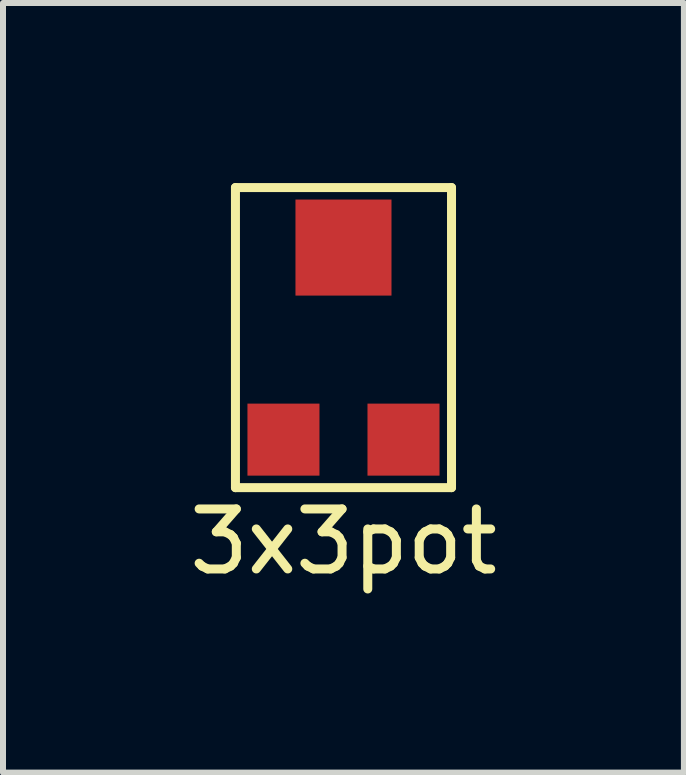
<source format=kicad_pcb>
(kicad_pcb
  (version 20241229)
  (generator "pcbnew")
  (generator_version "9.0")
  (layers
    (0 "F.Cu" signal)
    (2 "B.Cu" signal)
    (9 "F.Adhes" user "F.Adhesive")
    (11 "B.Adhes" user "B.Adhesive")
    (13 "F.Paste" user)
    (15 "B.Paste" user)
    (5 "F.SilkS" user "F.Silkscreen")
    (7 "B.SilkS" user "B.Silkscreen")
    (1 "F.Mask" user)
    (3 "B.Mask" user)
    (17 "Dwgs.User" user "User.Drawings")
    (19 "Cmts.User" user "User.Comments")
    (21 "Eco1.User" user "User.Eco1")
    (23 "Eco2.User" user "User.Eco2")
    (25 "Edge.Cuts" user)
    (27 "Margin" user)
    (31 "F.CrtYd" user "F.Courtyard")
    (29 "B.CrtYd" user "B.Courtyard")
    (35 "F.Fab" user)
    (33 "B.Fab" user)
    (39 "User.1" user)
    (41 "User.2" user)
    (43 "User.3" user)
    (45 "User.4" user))
  (footprint "3x3pot"
    (layer "F.Cu")
    (at 2.673 2.675)
    (property "Reference" "3x3pot" (at 0 3.3 0) (layer "F.SilkS") (effects (font (size 1 1) (thickness 0.15))))
    (attr through_hole)
    (fp_line (start -1.8 -2.6) (end 1.8 -2.6) (stroke (width 0.15) (type solid)) (layer "F.SilkS"))
    (fp_line (start -1.8 2.4) (end -1.8 -2.6) (stroke (width 0.15) (type solid)) (layer "F.SilkS"))
    (fp_line (start 1.8 -2.6) (end 1.8 2.4) (stroke (width 0.15) (type solid)) (layer "F.SilkS"))
    (fp_line (start 1.8 2.4) (end -1.8 2.4) (stroke (width 0.15) (type solid)) (layer "F.SilkS"))
    (pad "1" smd rect (at -1 1.6) (size 1.2 1.2) (layers "F.Cu" "F.Mask" "F.Paste"))
    (pad "2" smd rect (at 0 -1.6) (size 1.6 1.6) (layers "F.Cu" "F.Mask" "F.Paste"))
    (pad "3" smd rect (at 1 1.6) (size 1.2 1.2) (layers "F.Cu" "F.Mask" "F.Paste")))
  (gr_rect
    (start -3 -3)
    (end 8.345 9.823)
    (stroke (width 0.1) (type default))
    (fill no)
    (layer "Edge.Cuts")))
</source>
